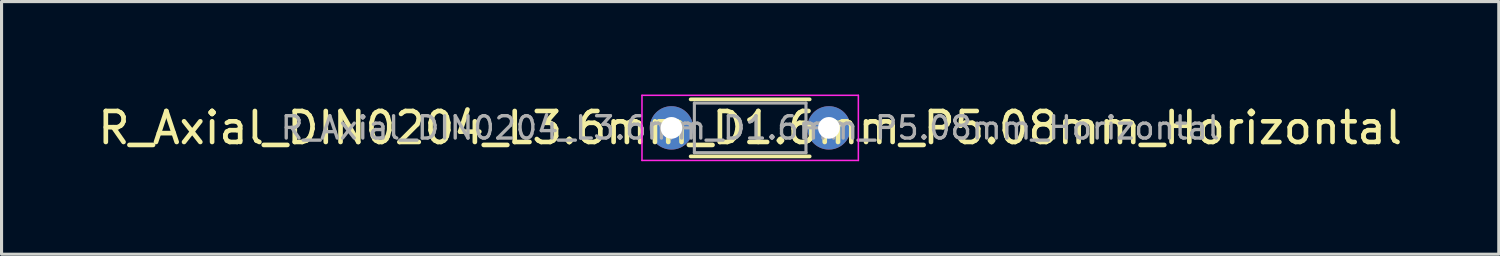
<source format=kicad_pcb>
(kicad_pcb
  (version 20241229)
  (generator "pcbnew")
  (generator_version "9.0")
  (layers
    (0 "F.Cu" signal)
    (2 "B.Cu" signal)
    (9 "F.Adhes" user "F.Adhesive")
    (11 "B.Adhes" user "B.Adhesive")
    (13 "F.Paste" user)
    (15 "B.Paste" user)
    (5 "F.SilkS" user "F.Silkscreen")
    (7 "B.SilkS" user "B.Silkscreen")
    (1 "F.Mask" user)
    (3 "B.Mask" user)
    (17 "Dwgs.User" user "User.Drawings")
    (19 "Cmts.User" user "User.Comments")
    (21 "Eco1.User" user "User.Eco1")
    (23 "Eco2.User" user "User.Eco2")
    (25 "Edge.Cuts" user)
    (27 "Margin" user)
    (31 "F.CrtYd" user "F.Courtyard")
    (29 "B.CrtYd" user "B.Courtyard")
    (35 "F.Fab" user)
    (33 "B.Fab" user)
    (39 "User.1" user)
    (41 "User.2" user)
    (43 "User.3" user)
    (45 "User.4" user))
  (footprint "R_Axial_DIN0204_L3.6mm_D1.6mm_P5.08mm_Horizontal"
    (layer "F.Cu")
    (at 18.609 1.075)
    (property "Reference" "R_Axial_DIN0204_L3.6mm_D1.6mm_P5.08mm_Horizontal" (at 2.54 0 0) (layer "F.SilkS") (effects (font (size 1 1) (thickness 0.15))))
    (attr through_hole)
    (fp_line (start 0.62 -0.92) (end 4.46 -0.92) (stroke (width 0.12) (type solid)) (layer "F.SilkS"))
    (fp_line (start 0.62 0.92) (end 4.46 0.92) (stroke (width 0.12) (type solid)) (layer "F.SilkS"))
    (fp_line (start -0.95 -1.05) (end -0.95 1.05) (stroke (width 0.05) (type solid)) (layer "F.CrtYd"))
    (fp_line (start -0.95 1.05) (end 6.03 1.05) (stroke (width 0.05) (type solid)) (layer "F.CrtYd"))
    (fp_line (start 6.03 -1.05) (end -0.95 -1.05) (stroke (width 0.05) (type solid)) (layer "F.CrtYd"))
    (fp_line (start 6.03 1.05) (end 6.03 -1.05) (stroke (width 0.05) (type solid)) (layer "F.CrtYd"))
    (fp_line (start 0 0) (end 0.74 0) (stroke (width 0.1) (type solid)) (layer "F.Fab"))
    (fp_line (start 0.74 -0.8) (end 0.74 0.8) (stroke (width 0.1) (type solid)) (layer "F.Fab"))
    (fp_line (start 0.74 0.8) (end 4.34 0.8) (stroke (width 0.1) (type solid)) (layer "F.Fab"))
    (fp_line (start 4.34 -0.8) (end 0.74 -0.8) (stroke (width 0.1) (type solid)) (layer "F.Fab"))
    (fp_line (start 4.34 0.8) (end 4.34 -0.8) (stroke (width 0.1) (type solid)) (layer "F.Fab"))
    (fp_line (start 5.08 0) (end 4.34 0) (stroke (width 0.1) (type solid)) (layer "F.Fab"))
    (fp_text user "${REFERENCE}" (at 2.54 0 0) (layer "F.Fab") (effects (font (size 0.72 0.72) (thickness 0.108))))
    (pad "1" thru_hole circle (at 0 0) (size 1.4 1.4) (drill 0.7) (layers "*.Cu" "*.Mask"))
    (pad "2" thru_hole oval (at 5.08 0) (size 1.4 1.4) (drill 0.7) (layers "*.Cu" "*.Mask")))
  (gr_rect
    (start -3 -3)
    (end 45.298 5.15)
    (stroke (width 0.1) (type default))
    (fill no)
    (layer "Edge.Cuts")))
</source>
